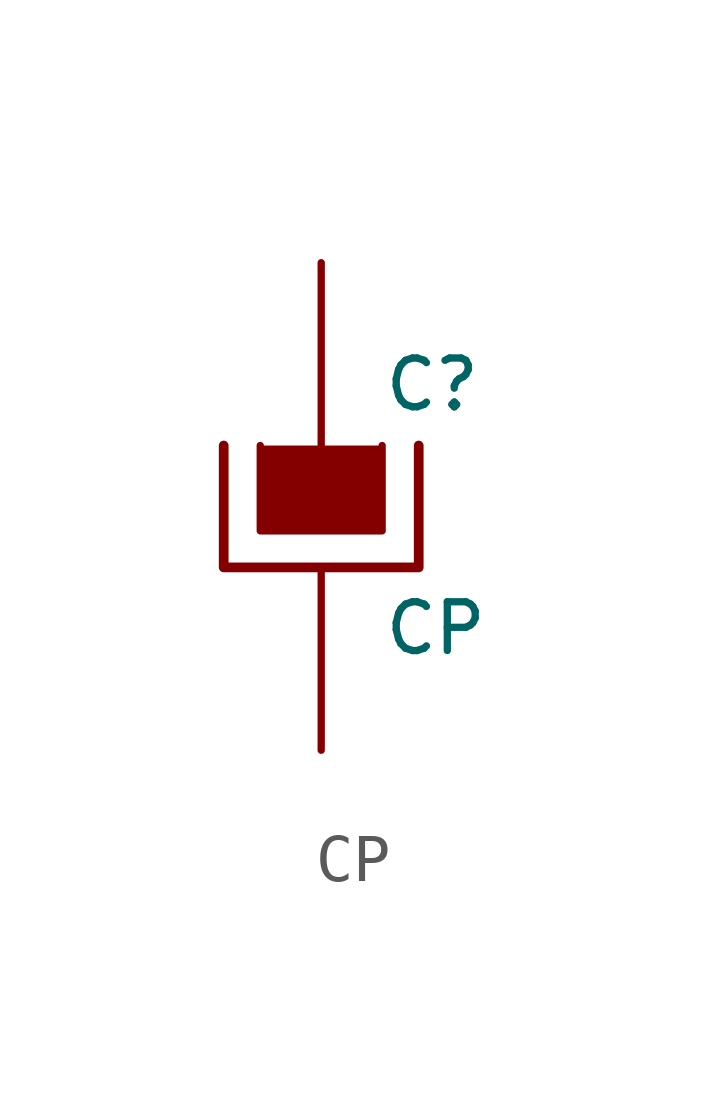
<source format=kicad_sym>
(kicad_symbol_lib
  (version 20211014)
  (generator kicad_symbol_editor)
  (symbol "CP"
    (pin_numbers hide)
    (pin_names
      (offset 0.254) hide)
    (property "Reference" "C"
      (at 1.27 2.54 0)
      (effects (font (size 1.016 1.016)) (justify left)))
    (property "Value" "CP"
      (at 1.27 -2.54 0)
      (effects (font (size 1.016 1.016)) (justify left)))
    (property "Footprint" ""
      (at 2.54 -3.81 0)
      (effects (font (size 0.762 0.762))))
    (property "Datasheet" ""
      (at 0 0 0)
      (effects (font (size 7.62 7.62))))
    (symbol "CP_0_1"
      (polyline (pts (xy -2.032 1.27) (xy -2.032 -1.27) (xy 2.032 -1.27) (xy 2.032 1.27)) (stroke (width 0.203) (type default) (color 0 0 0 0)) (fill (type none)))
      (polyline (pts (xy -1.27 1.27) (xy -1.27 -0.508) (xy 1.27 -0.508) (xy 1.27 1.27)) (stroke (width 0) (type default) (color 0 0 0 0)) (fill (type outline))))
    (symbol "CP_1_1"
      (pin passive line (at 0 5.08 270) (length 3.81) (name "~" (effects (font (size 1.016 1.016)))) (number "1" (effects (font (size 1.016 1.016)))))
      (pin passive line (at 0 -5.08 90) (length 3.81) (name "~" (effects (font (size 1.016 1.016)))) (number "2" (effects (font (size 1.016 1.016))))))))
</source>
